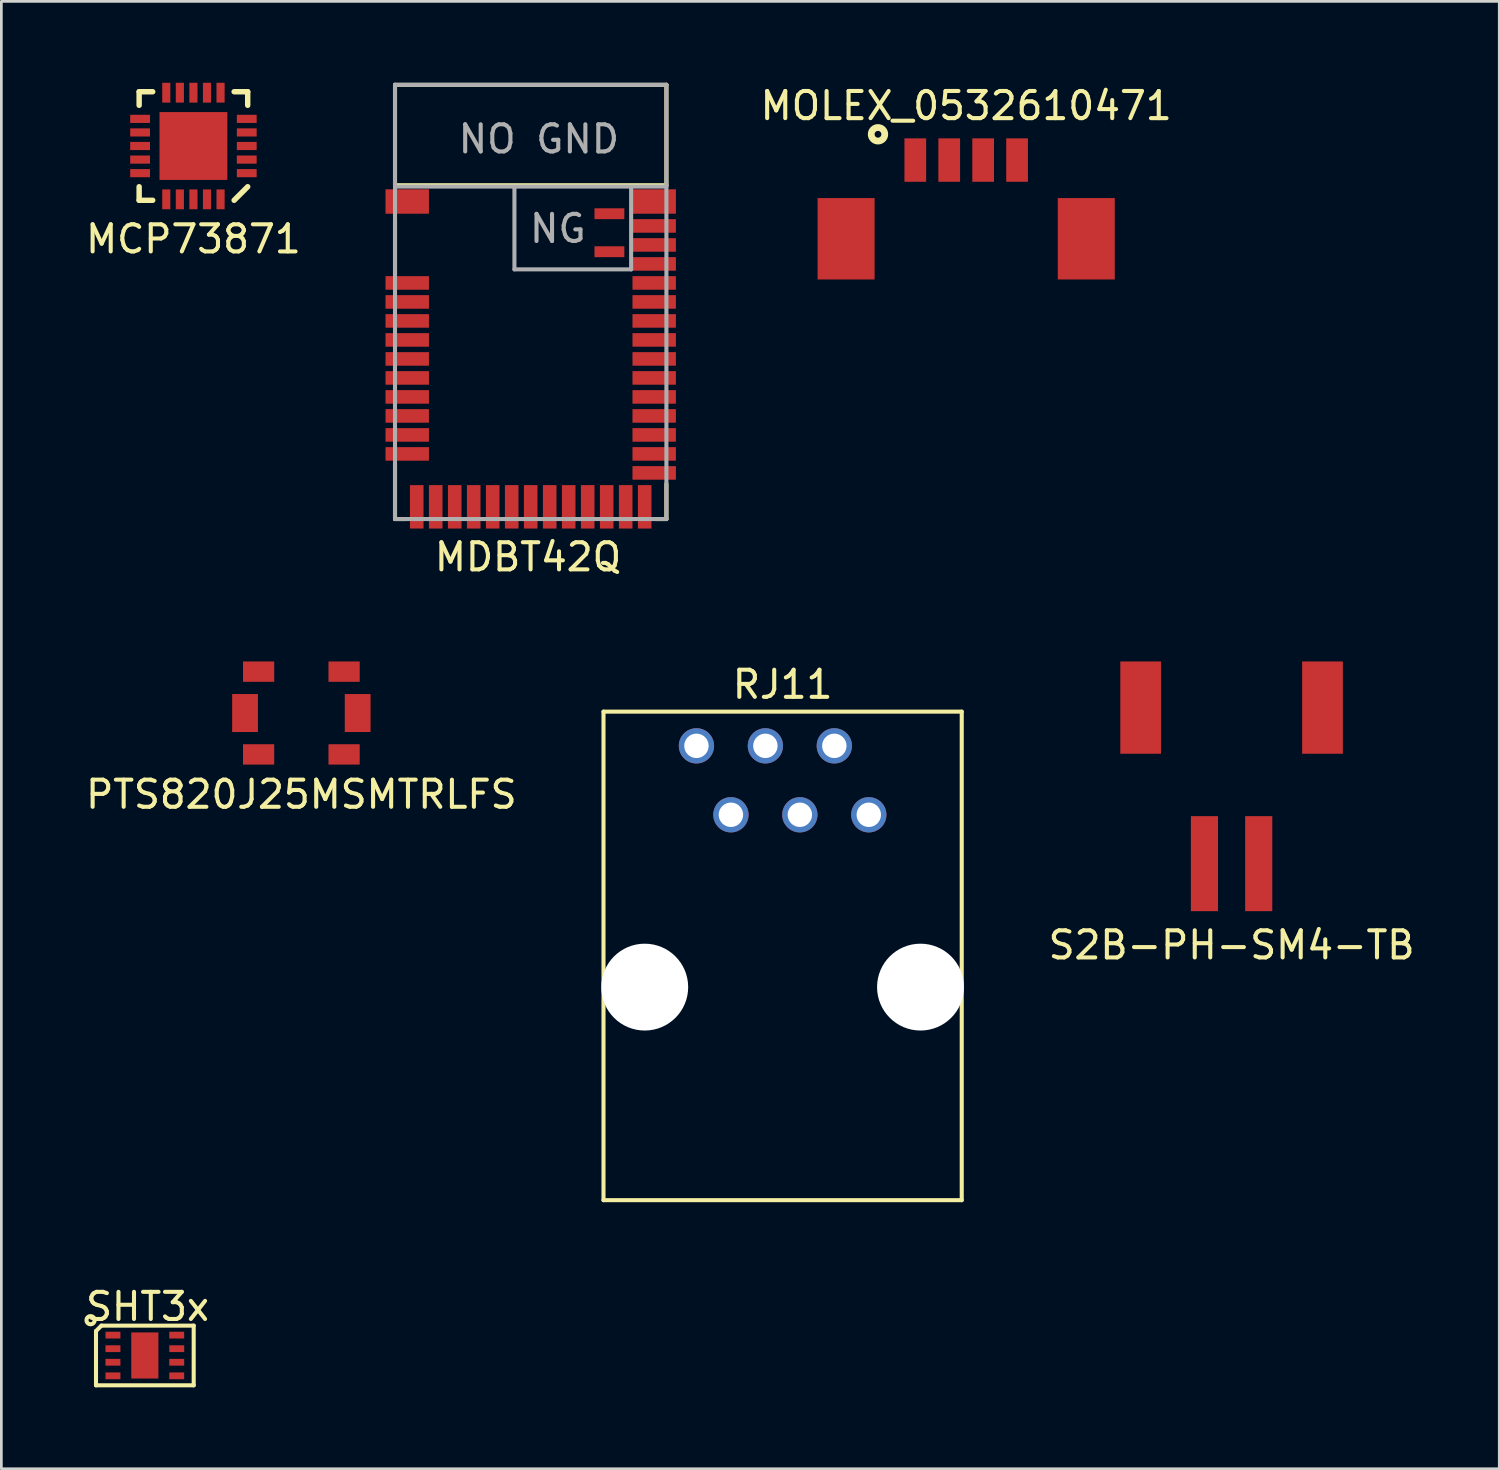
<source format=kicad_pcb>
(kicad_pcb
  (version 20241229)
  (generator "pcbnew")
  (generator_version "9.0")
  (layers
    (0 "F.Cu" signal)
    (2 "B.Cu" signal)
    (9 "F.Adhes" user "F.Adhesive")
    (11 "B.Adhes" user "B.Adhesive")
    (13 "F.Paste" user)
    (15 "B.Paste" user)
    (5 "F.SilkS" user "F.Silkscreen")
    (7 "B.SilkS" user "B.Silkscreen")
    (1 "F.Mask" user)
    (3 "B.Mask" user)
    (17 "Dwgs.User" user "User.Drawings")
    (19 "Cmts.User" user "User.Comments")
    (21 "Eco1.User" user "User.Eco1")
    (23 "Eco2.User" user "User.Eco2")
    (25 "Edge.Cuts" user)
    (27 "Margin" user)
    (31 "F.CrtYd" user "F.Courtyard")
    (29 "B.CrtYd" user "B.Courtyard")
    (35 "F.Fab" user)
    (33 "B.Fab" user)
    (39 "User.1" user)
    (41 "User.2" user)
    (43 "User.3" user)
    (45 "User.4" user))
  (footprint "SHT3x"
    (layer "F.Cu")
    (at 2.287 46.895)
    (property "Reference" "SHT3x" (at 0.1 -1.8 0) (layer "F.SilkS") (effects (font (size 1 1) (thickness 0.15))))
    (attr through_hole)
    (fp_line (start -1.8 -0.9) (end -1.8 1.1) (stroke (width 0.15) (type solid)) (layer "F.SilkS"))
    (fp_line (start -1.8 1.1) (end 1.8 1.1) (stroke (width 0.15) (type solid)) (layer "F.SilkS"))
    (fp_line (start -1.6 -1.1) (end -1.8 -0.9) (stroke (width 0.15) (type solid)) (layer "F.SilkS"))
    (fp_line (start 1.8 -1.1) (end -1.6 -1.1) (stroke (width 0.15) (type solid)) (layer "F.SilkS"))
    (fp_line (start 1.8 1.1) (end 1.8 -1.1) (stroke (width 0.15) (type solid)) (layer "F.SilkS"))
    (fp_circle (center -2 -1.3) (end -2 -1.45) (stroke (width 0.15) (type solid)) (fill no) (layer "F.SilkS"))
    (pad "" smd rect (at -1.275 -0.75) (size 0.55 0.25) (layers "F.Paste"))
    (pad "" smd rect (at -1.275 -0.25) (size 0.55 0.25) (layers "F.Paste"))
    (pad "" smd rect (at -1.275 0.25) (size 0.55 0.25) (layers "F.Paste"))
    (pad "" smd rect (at -1.275 0.75) (size 0.55 0.25) (layers "F.Paste"))
    (pad "" smd rect (at 0 0) (size 0.9 1.6) (layers "F.Paste"))
    (pad "" smd rect (at 0 0) (size 1 1.7) (layers "F.Cu" "F.Mask"))
    (pad "" smd rect (at 1.275 -0.75) (size 0.55 0.25) (layers "F.Paste"))
    (pad "" smd rect (at 1.275 -0.25) (size 0.55 0.25) (layers "F.Paste"))
    (pad "" smd rect (at 1.275 0.25) (size 0.55 0.25) (layers "F.Paste"))
    (pad "" smd rect (at 1.275 0.75) (size 0.55 0.25) (layers "F.Paste"))
    (pad "1" smd rect (at -1.175 -0.75) (size 0.55 0.25) (layers "F.Cu" "F.Mask"))
    (pad "2" smd rect (at -1.175 -0.25) (size 0.55 0.25) (layers "F.Cu" "F.Mask"))
    (pad "3" smd rect (at -1.175 0.25) (size 0.55 0.25) (layers "F.Cu" "F.Mask"))
    (pad "4" smd rect (at -1.175 0.75) (size 0.55 0.25) (layers "F.Cu" "F.Mask"))
    (pad "5" smd rect (at 1.175 0.75) (size 0.55 0.25) (layers "F.Cu" "F.Mask"))
    (pad "6" smd rect (at 1.175 0.25) (size 0.55 0.25) (layers "F.Cu" "F.Mask"))
    (pad "7" smd rect (at 1.175 -0.25) (size 0.55 0.25) (layers "F.Cu" "F.Mask"))
    (pad "8" smd rect (at 1.175 -0.75) (size 0.55 0.25) (layers "F.Cu" "F.Mask")))
  (footprint "RJ11"
    (layer "F.Cu")
    (at 25.787 32.172)
    (property "Reference" "RJ11" (at 0 -10 0) (layer "F.SilkS") (effects (font (size 1 1) (thickness 0.15))))
    (attr through_hole)
    (fp_line (start -6.6 -9) (end -6.6 9) (stroke (width 0.15) (type solid)) (layer "F.SilkS"))
    (fp_line (start 6.6 -9) (end -6.6 -9) (stroke (width 0.15) (type solid)) (layer "F.SilkS"))
    (fp_line (start 6.6 -9) (end 6.6 9) (stroke (width 0.15) (type solid)) (layer "F.SilkS"))
    (fp_line (start 6.6 9) (end -6.6 9) (stroke (width 0.15) (type solid)) (layer "F.SilkS"))
    (pad "" np_thru_hole circle (at -5.08 1.15) (size 3.2 3.2) (drill 3.2) (layers "*.Cu" "*.Mask"))
    (pad "" np_thru_hole circle (at 5.08 1.15) (size 3.2 3.2) (drill 3.2) (layers "*.Cu" "*.Mask"))
    (pad "1" thru_hole circle (at -3.175 -7.74) (size 1.3 1.3) (drill 0.9) (layers "*.Cu" "*.Mask"))
    (pad "2" thru_hole circle (at -1.905 -5.2) (size 1.3 1.3) (drill 0.9) (layers "*.Cu" "*.Mask"))
    (pad "3" thru_hole circle (at -0.635 -7.74) (size 1.3 1.3) (drill 0.9) (layers "*.Cu" "*.Mask"))
    (pad "4" thru_hole circle (at 0.635 -5.2) (size 1.3 1.3) (drill 0.9) (layers "*.Cu" "*.Mask"))
    (pad "5" thru_hole circle (at 1.905 -7.74) (size 1.3 1.3) (drill 0.9) (layers "*.Cu" "*.Mask"))
    (pad "6" thru_hole circle (at 3.175 -5.2) (size 1.3 1.3) (drill 0.9) (layers "*.Cu" "*.Mask")))
  (footprint "S2B-PH-SM4-TB"
    (layer "F.Cu")
    (at 42.33 28.773)
    (property "Reference" "S2B-PH-SM4-TB" (at 0 3 0) (layer "F.SilkS") (effects (font (size 1 1) (thickness 0.15))))
    (attr through_hole)
    (pad "" smd rect (at -3.35 -5.75) (size 1.5 3.4) (layers "F.Cu" "F.Mask" "F.Paste"))
    (pad "" smd rect (at 3.35 -5.75) (size 1.5 3.4) (layers "F.Cu" "F.Mask" "F.Paste"))
    (pad "1" smd rect (at 1 0) (size 1 3.5) (layers "F.Cu" "F.Mask" "F.Paste"))
    (pad "2" smd rect (at -1 0) (size 1 3.5) (layers "F.Cu" "F.Mask" "F.Paste")))
  (footprint "MCP73871"
    (layer "F.Cu")
    (at 4.077 2.33)
    (property "Reference" "MCP73871" (at 0 3.429 0) (layer "F.SilkS") (effects (font (size 1 1) (thickness 0.15))))
    (attr through_hole)
    (fp_line (start -2 -2) (end -2 -1.5) (stroke (width 0.2) (type solid)) (layer "F.SilkS"))
    (fp_line (start -2 1.5) (end -2 2) (stroke (width 0.2) (type solid)) (layer "F.SilkS"))
    (fp_line (start -2 2) (end -1.5 2) (stroke (width 0.2) (type solid)) (layer "F.SilkS"))
    (fp_line (start -1.5 -2) (end -2 -2) (stroke (width 0.2) (type solid)) (layer "F.SilkS"))
    (fp_line (start 1.5 -2) (end 2 -2) (stroke (width 0.2) (type solid)) (layer "F.SilkS"))
    (fp_line (start 1.5 2) (end 2 1.5) (stroke (width 0.2) (type solid)) (layer "F.SilkS"))
    (fp_line (start 2 -2) (end 2 -1.5) (stroke (width 0.2) (type solid)) (layer "F.SilkS"))
    (pad "1" smd rect (at 1.965 1) (size 0.73 0.3) (layers "F.Cu" "F.Mask" "F.Paste"))
    (pad "2" smd rect (at 1.965 0.5) (size 0.73 0.3) (layers "F.Cu" "F.Mask" "F.Paste"))
    (pad "3" smd rect (at 1.965 0) (size 0.73 0.3) (layers "F.Cu" "F.Mask" "F.Paste"))
    (pad "4" smd rect (at 1.965 -0.5) (size 0.73 0.3) (layers "F.Cu" "F.Mask" "F.Paste"))
    (pad "5" smd rect (at 1.965 -1) (size 0.73 0.3) (layers "F.Cu" "F.Mask" "F.Paste"))
    (pad "6" smd rect (at 1 -1.965 90) (size 0.73 0.3) (layers "F.Cu" "F.Mask" "F.Paste"))
    (pad "7" smd rect (at 0.5 -1.965 90) (size 0.73 0.3) (layers "F.Cu" "F.Mask" "F.Paste"))
    (pad "8" smd rect (at 0 -1.965 90) (size 0.73 0.3) (layers "F.Cu" "F.Mask" "F.Paste"))
    (pad "9" smd rect (at -0.5 -1.965 90) (size 0.73 0.3) (layers "F.Cu" "F.Mask" "F.Paste"))
    (pad "10" smd rect (at -1 -1.965 90) (size 0.73 0.3) (layers "F.Cu" "F.Mask" "F.Paste"))
    (pad "11" smd rect (at -1.965 -1) (size 0.73 0.3) (layers "F.Cu" "F.Mask" "F.Paste"))
    (pad "12" smd rect (at -1.965 -0.5) (size 0.73 0.3) (layers "F.Cu" "F.Mask" "F.Paste"))
    (pad "13" smd rect (at -1.965 0) (size 0.73 0.3) (layers "F.Cu" "F.Mask" "F.Paste"))
    (pad "14" smd rect (at -1.965 0.5) (size 0.73 0.3) (layers "F.Cu" "F.Mask" "F.Paste"))
    (pad "15" smd rect (at -1.965 1) (size 0.73 0.3) (layers "F.Cu" "F.Mask" "F.Paste"))
    (pad "16" smd rect (at -1 1.965 90) (size 0.73 0.3) (layers "F.Cu" "F.Mask" "F.Paste"))
    (pad "17" smd rect (at -0.5 1.965 90) (size 0.73 0.3) (layers "F.Cu" "F.Mask" "F.Paste"))
    (pad "18" smd rect (at 0 1.965 90) (size 0.73 0.3) (layers "F.Cu" "F.Mask" "F.Paste"))
    (pad "19" smd rect (at 0.5 1.965 90) (size 0.73 0.3) (layers "F.Cu" "F.Mask" "F.Paste"))
    (pad "20" smd rect (at 1 1.965 90) (size 0.73 0.3) (layers "F.Cu" "F.Mask" "F.Paste"))
    (pad "21" smd rect (at 0 0) (size 2.5 2.5) (layers "F.Cu" "F.Mask" "F.Paste")))
  (footprint "MDBT42Q"
    (layer "F.Cu")
    (at 16.505 8.075)
    (property "Reference" "MDBT42Q" (at -0.1 9.4 0) (layer "F.SilkS") (effects (font (size 1 1) (thickness 0.15))))
    (attr through_hole)
    (fp_line (start -5 -8) (end -5 -4.3) (stroke (width 0.15) (type solid)) (layer "F.SilkS"))
    (fp_line (start -5 -4.3) (end 5 -4.3) (stroke (width 0.15) (type solid)) (layer "F.SilkS"))
    (fp_line (start -5 -1) (end -5 -3) (stroke (width 0.15) (type solid)) (layer "F.SilkS"))
    (fp_line (start -5 6) (end -5 8) (stroke (width 0.15) (type solid)) (layer "F.SilkS"))
    (fp_line (start -4.6 8) (end -5 8) (stroke (width 0.15) (type solid)) (layer "F.SilkS"))
    (fp_line (start 5 -8) (end -5 -8) (stroke (width 0.15) (type solid)) (layer "F.SilkS"))
    (fp_line (start 5 -8) (end 5 -4.3) (stroke (width 0.15) (type solid)) (layer "F.SilkS"))
    (fp_line (start 5 6.7) (end 5 8) (stroke (width 0.15) (type solid)) (layer "F.SilkS"))
    (fp_line (start 5 8) (end 4.6 8) (stroke (width 0.15) (type solid)) (layer "F.SilkS"))
    (fp_line (start -5 -8) (end 5 -8) (stroke (width 0.15) (type solid)) (layer "F.Fab"))
    (fp_line (start -5 8) (end -5 -8) (stroke (width 0.15) (type solid)) (layer "F.Fab"))
    (fp_line (start -0.6 -4.2) (end -0.6 -1.2) (stroke (width 0.15) (type solid)) (layer "F.Fab"))
    (fp_line (start -0.6 -1.2) (end 3.7 -1.2) (stroke (width 0.15) (type solid)) (layer "F.Fab"))
    (fp_line (start 3.7 -4.2) (end 3.7 -1.2) (stroke (width 0.15) (type solid)) (layer "F.Fab"))
    (fp_line (start 5 -8) (end 5 8) (stroke (width 0.15) (type solid)) (layer "F.Fab"))
    (fp_line (start 5 -4.25) (end -5 -4.25) (stroke (width 0.15) (type solid)) (layer "F.Fab"))
    (fp_line (start 5 8) (end -5 8) (stroke (width 0.15) (type solid)) (layer "F.Fab"))
    (fp_text user "NO GND" (at 0.3 -6 0) (layer "F.Fab") (effects (font (size 1 1) (thickness 0.15))))
    (fp_text user "NG" (at 1 -2.7 0) (layer "F.Fab") (effects (font (size 1 1) (thickness 0.15))))
    (pad "1" smd rect (at -4.55 -3.7) (size 1.6 0.9) (layers "F.Cu" "F.Mask" "F.Paste"))
    (pad "2" smd rect (at -4.55 -0.7) (size 1.6 0.5) (layers "F.Cu" "F.Mask" "F.Paste"))
    (pad "3" smd rect (at -4.55 0) (size 1.6 0.5) (layers "F.Cu" "F.Mask" "F.Paste"))
    (pad "4" smd rect (at -4.55 0.7) (size 1.6 0.5) (layers "F.Cu" "F.Mask" "F.Paste"))
    (pad "5" smd rect (at -4.55 1.4) (size 1.6 0.5) (layers "F.Cu" "F.Mask" "F.Paste"))
    (pad "6" smd rect (at -4.55 2.1) (size 1.6 0.5) (layers "F.Cu" "F.Mask" "F.Paste"))
    (pad "7" smd rect (at -4.55 2.8) (size 1.6 0.5) (layers "F.Cu" "F.Mask" "F.Paste"))
    (pad "8" smd rect (at -4.55 3.5) (size 1.6 0.5) (layers "F.Cu" "F.Mask" "F.Paste"))
    (pad "9" smd rect (at -4.55 4.2) (size 1.6 0.5) (layers "F.Cu" "F.Mask" "F.Paste"))
    (pad "10" smd rect (at -4.55 4.9) (size 1.6 0.5) (layers "F.Cu" "F.Mask" "F.Paste"))
    (pad "11" smd rect (at -4.55 5.6) (size 1.6 0.5) (layers "F.Cu" "F.Mask" "F.Paste"))
    (pad "12" smd rect (at -4.2 7.55 90) (size 1.6 0.5) (layers "F.Cu" "F.Mask" "F.Paste"))
    (pad "13" smd rect (at -3.5 7.55 90) (size 1.6 0.5) (layers "F.Cu" "F.Mask" "F.Paste"))
    (pad "14" smd rect (at -2.8 7.55 90) (size 1.6 0.5) (layers "F.Cu" "F.Mask" "F.Paste"))
    (pad "15" smd rect (at -2.1 7.55 90) (size 1.6 0.5) (layers "F.Cu" "F.Mask" "F.Paste"))
    (pad "16" smd rect (at -1.4 7.55 90) (size 1.6 0.5) (layers "F.Cu" "F.Mask" "F.Paste"))
    (pad "17" smd rect (at -0.7 7.55 90) (size 1.6 0.5) (layers "F.Cu" "F.Mask" "F.Paste"))
    (pad "18" smd rect (at 0 7.55 90) (size 1.6 0.5) (layers "F.Cu" "F.Mask" "F.Paste"))
    (pad "19" smd rect (at 0.7 7.55 90) (size 1.6 0.5) (layers "F.Cu" "F.Mask" "F.Paste"))
    (pad "20" smd rect (at 1.4 7.55 90) (size 1.6 0.5) (layers "F.Cu" "F.Mask" "F.Paste"))
    (pad "21" smd rect (at 2.1 7.55 90) (size 1.6 0.5) (layers "F.Cu" "F.Mask" "F.Paste"))
    (pad "22" smd rect (at 2.8 7.55 90) (size 1.6 0.5) (layers "F.Cu" "F.Mask" "F.Paste"))
    (pad "23" smd rect (at 3.5 7.55 90) (size 1.6 0.5) (layers "F.Cu" "F.Mask" "F.Paste"))
    (pad "24" smd rect (at 4.2 7.55 90) (size 1.6 0.5) (layers "F.Cu" "F.Mask" "F.Paste"))
    (pad "25" smd rect (at 4.55 6.3) (size 1.6 0.5) (layers "F.Cu" "F.Mask" "F.Paste"))
    (pad "26" smd rect (at 4.55 5.6) (size 1.6 0.5) (layers "F.Cu" "F.Mask" "F.Paste"))
    (pad "27" smd rect (at 4.55 4.9) (size 1.6 0.5) (layers "F.Cu" "F.Mask" "F.Paste"))
    (pad "28" smd rect (at 4.55 4.2) (size 1.6 0.5) (layers "F.Cu" "F.Mask" "F.Paste"))
    (pad "29" smd rect (at 4.55 3.5) (size 1.6 0.5) (layers "F.Cu" "F.Mask" "F.Paste"))
    (pad "30" smd rect (at 4.55 2.8) (size 1.6 0.5) (layers "F.Cu" "F.Mask" "F.Paste"))
    (pad "31" smd rect (at 4.55 2.1) (size 1.6 0.5) (layers "F.Cu" "F.Mask" "F.Paste"))
    (pad "32" smd rect (at 4.55 1.4) (size 1.6 0.5) (layers "F.Cu" "F.Mask" "F.Paste"))
    (pad "33" smd rect (at 4.55 0.7) (size 1.6 0.5) (layers "F.Cu" "F.Mask" "F.Paste"))
    (pad "34" smd rect (at 4.55 0) (size 1.6 0.5) (layers "F.Cu" "F.Mask" "F.Paste"))
    (pad "35" smd rect (at 4.55 -0.7) (size 1.6 0.5) (layers "F.Cu" "F.Mask" "F.Paste"))
    (pad "36" smd rect (at 4.55 -1.4) (size 1.6 0.5) (layers "F.Cu" "F.Mask" "F.Paste"))
    (pad "37" smd rect (at 4.55 -2.1) (size 1.6 0.5) (layers "F.Cu" "F.Mask" "F.Paste"))
    (pad "38" smd rect (at 4.55 -2.8) (size 1.6 0.5) (layers "F.Cu" "F.Mask" "F.Paste"))
    (pad "39" smd rect (at 4.55 -3.7) (size 1.6 0.9) (layers "F.Cu" "F.Mask" "F.Paste"))
    (pad "40" smd rect (at 2.9 -3.25) (size 1.1 0.4) (layers "F.Cu" "F.Mask" "F.Paste"))
    (pad "41" smd rect (at 2.9 -1.85) (size 1.1 0.4) (layers "F.Cu" "F.Mask" "F.Paste")))
  (footprint "PTS820J25MSMTRLFS"
    (layer "F.Cu")
    (at 8.054 23.223)
    (property "Reference" "PTS820J25MSMTRLFS" (at 0 3 0) (layer "F.SilkS") (effects (font (size 1 1) (thickness 0.15))))
    (attr through_hole)
    (pad "" smd rect (at -1.575 -1.525) (size 1.15 0.75) (layers "F.Cu" "F.Mask" "F.Paste"))
    (pad "" smd rect (at -1.575 1.525) (size 1.15 0.75) (layers "F.Cu" "F.Mask" "F.Paste"))
    (pad "" smd rect (at 1.575 -1.525) (size 1.15 0.75) (layers "F.Cu" "F.Mask" "F.Paste"))
    (pad "" smd rect (at 1.575 1.525) (size 1.15 0.75) (layers "F.Cu" "F.Mask" "F.Paste"))
    (pad "1" smd rect (at -2.075 0) (size 0.95 1.4) (layers "F.Cu" "F.Mask" "F.Paste"))
    (pad "2" smd rect (at 2.075 0) (size 0.95 1.4) (layers "F.Cu" "F.Mask" "F.Paste")))
  (footprint "MOLEX_0532610471"
    (layer "F.Cu")
    (at 32.551 2.648)
    (property "Reference" "MOLEX_0532610471" (at 0 -1.8 0) (layer "F.SilkS") (effects (font (size 1 1) (thickness 0.15))))
    (attr through_hole)
    (fp_circle (center -3.25 -0.75) (end -3.25 -0.5) (stroke (width 0.25) (type solid)) (fill no) (layer "F.SilkS"))
    (pad "" smd rect (at -4.425 3.1) (size 2.1 3) (layers "F.Cu" "F.Mask" "F.Paste"))
    (pad "" smd rect (at 4.425 3.1) (size 2.1 3) (layers "F.Cu" "F.Mask" "F.Paste"))
    (pad "1" smd rect (at -1.875 0.2) (size 0.8 1.6) (layers "F.Cu" "F.Mask" "F.Paste"))
    (pad "2" smd rect (at -0.625 0.2) (size 0.8 1.6) (layers "F.Cu" "F.Mask" "F.Paste"))
    (pad "3" smd rect (at 0.625 0.2) (size 0.8 1.6) (layers "F.Cu" "F.Mask" "F.Paste"))
    (pad "4" smd rect (at 1.875 0.2) (size 0.8 1.6) (layers "F.Cu" "F.Mask" "F.Paste")))
  (gr_rect
    (start -3 -3)
    (end 52.193 51.07)
    (stroke (width 0.1) (type default))
    (fill no)
    (layer "Edge.Cuts")))
</source>
